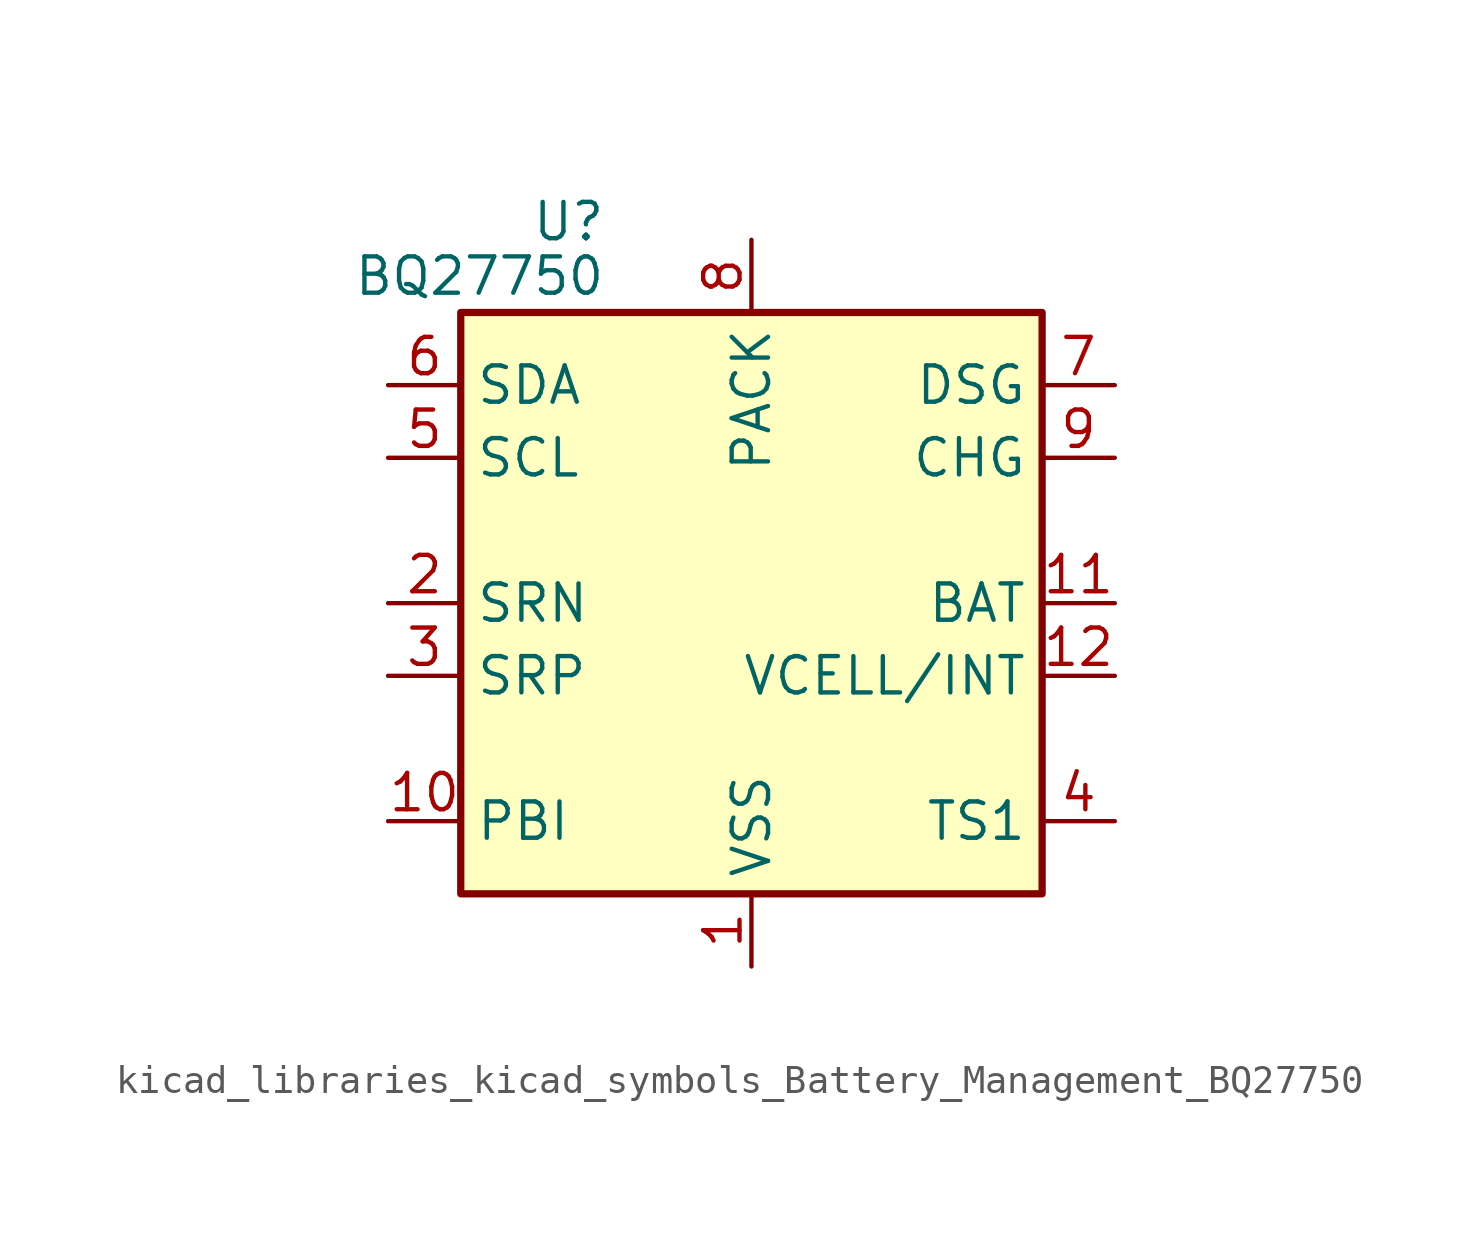
<source format=kicad_sym>
(kicad_symbol_lib
  (version 20220914)
  (generator kicad_symbol_editor)
  (symbol "kicad_libraries_kicad_symbols_Battery_Management_BQ27750"
    (property "Reference" "U"
      (at -5.08 13.335 0)
      (effects (font (size 1.27 1.27)) (justify right)))
    (property "Value" "BQ27750"
      (at -5.08 11.43 0)
      (effects (font (size 1.27 1.27)) (justify right)))
    (symbol "kicad_libraries_kicad_symbols_Battery_Management_BQ27750_0_1"
      (rectangle (start -10.16 10.16) (end 10.16 -10.16) (stroke (width 0.254) (type default)) (fill (type background))))
    (symbol "kicad_libraries_kicad_symbols_Battery_Management_BQ27750_1_1"
      (pin power_in line (at 0 -12.7 90) (length 2.54) (name "VSS" (effects (font (size 1.27 1.27)))) (number "1" (effects (font (size 1.27 1.27)))))
      (pin passive line (at -12.7 -7.62 0) (length 2.54) (name "PBI" (effects (font (size 1.27 1.27)))) (number "10" (effects (font (size 1.27 1.27)))))
      (pin input line (at 12.7 0 180) (length 2.54) (name "BAT" (effects (font (size 1.27 1.27)))) (number "11" (effects (font (size 1.27 1.27)))))
      (pin bidirectional line (at 12.7 -2.54 180) (length 2.54) (name "VCELL/INT" (effects (font (size 1.27 1.27)))) (number "12" (effects (font (size 1.27 1.27)))))
      (pin passive line (at 0 -12.7 90) (length 2.54) hide (name "VSS" (effects (font (size 1.27 1.27)))) (number "13" (effects (font (size 1.27 1.27)))))
      (pin input line (at -12.7 0 0) (length 2.54) (name "SRN" (effects (font (size 1.27 1.27)))) (number "2" (effects (font (size 1.27 1.27)))))
      (pin input line (at -12.7 -2.54 0) (length 2.54) (name "SRP" (effects (font (size 1.27 1.27)))) (number "3" (effects (font (size 1.27 1.27)))))
      (pin input line (at 12.7 -7.62 180) (length 2.54) (name "TS1" (effects (font (size 1.27 1.27)))) (number "4" (effects (font (size 1.27 1.27)))))
      (pin input line (at -12.7 5.08 0) (length 2.54) (name "SCL" (effects (font (size 1.27 1.27)))) (number "5" (effects (font (size 1.27 1.27)))))
      (pin bidirectional line (at -12.7 7.62 0) (length 2.54) (name "SDA" (effects (font (size 1.27 1.27)))) (number "6" (effects (font (size 1.27 1.27)))))
      (pin output line (at 12.7 7.62 180) (length 2.54) (name "DSG" (effects (font (size 1.27 1.27)))) (number "7" (effects (font (size 1.27 1.27)))))
      (pin input line (at 0 12.7 270) (length 2.54) (name "PACK" (effects (font (size 1.27 1.27)))) (number "8" (effects (font (size 1.27 1.27)))))
      (pin output line (at 12.7 5.08 180) (length 2.54) (name "CHG" (effects (font (size 1.27 1.27)))) (number "9" (effects (font (size 1.27 1.27))))))))
</source>
